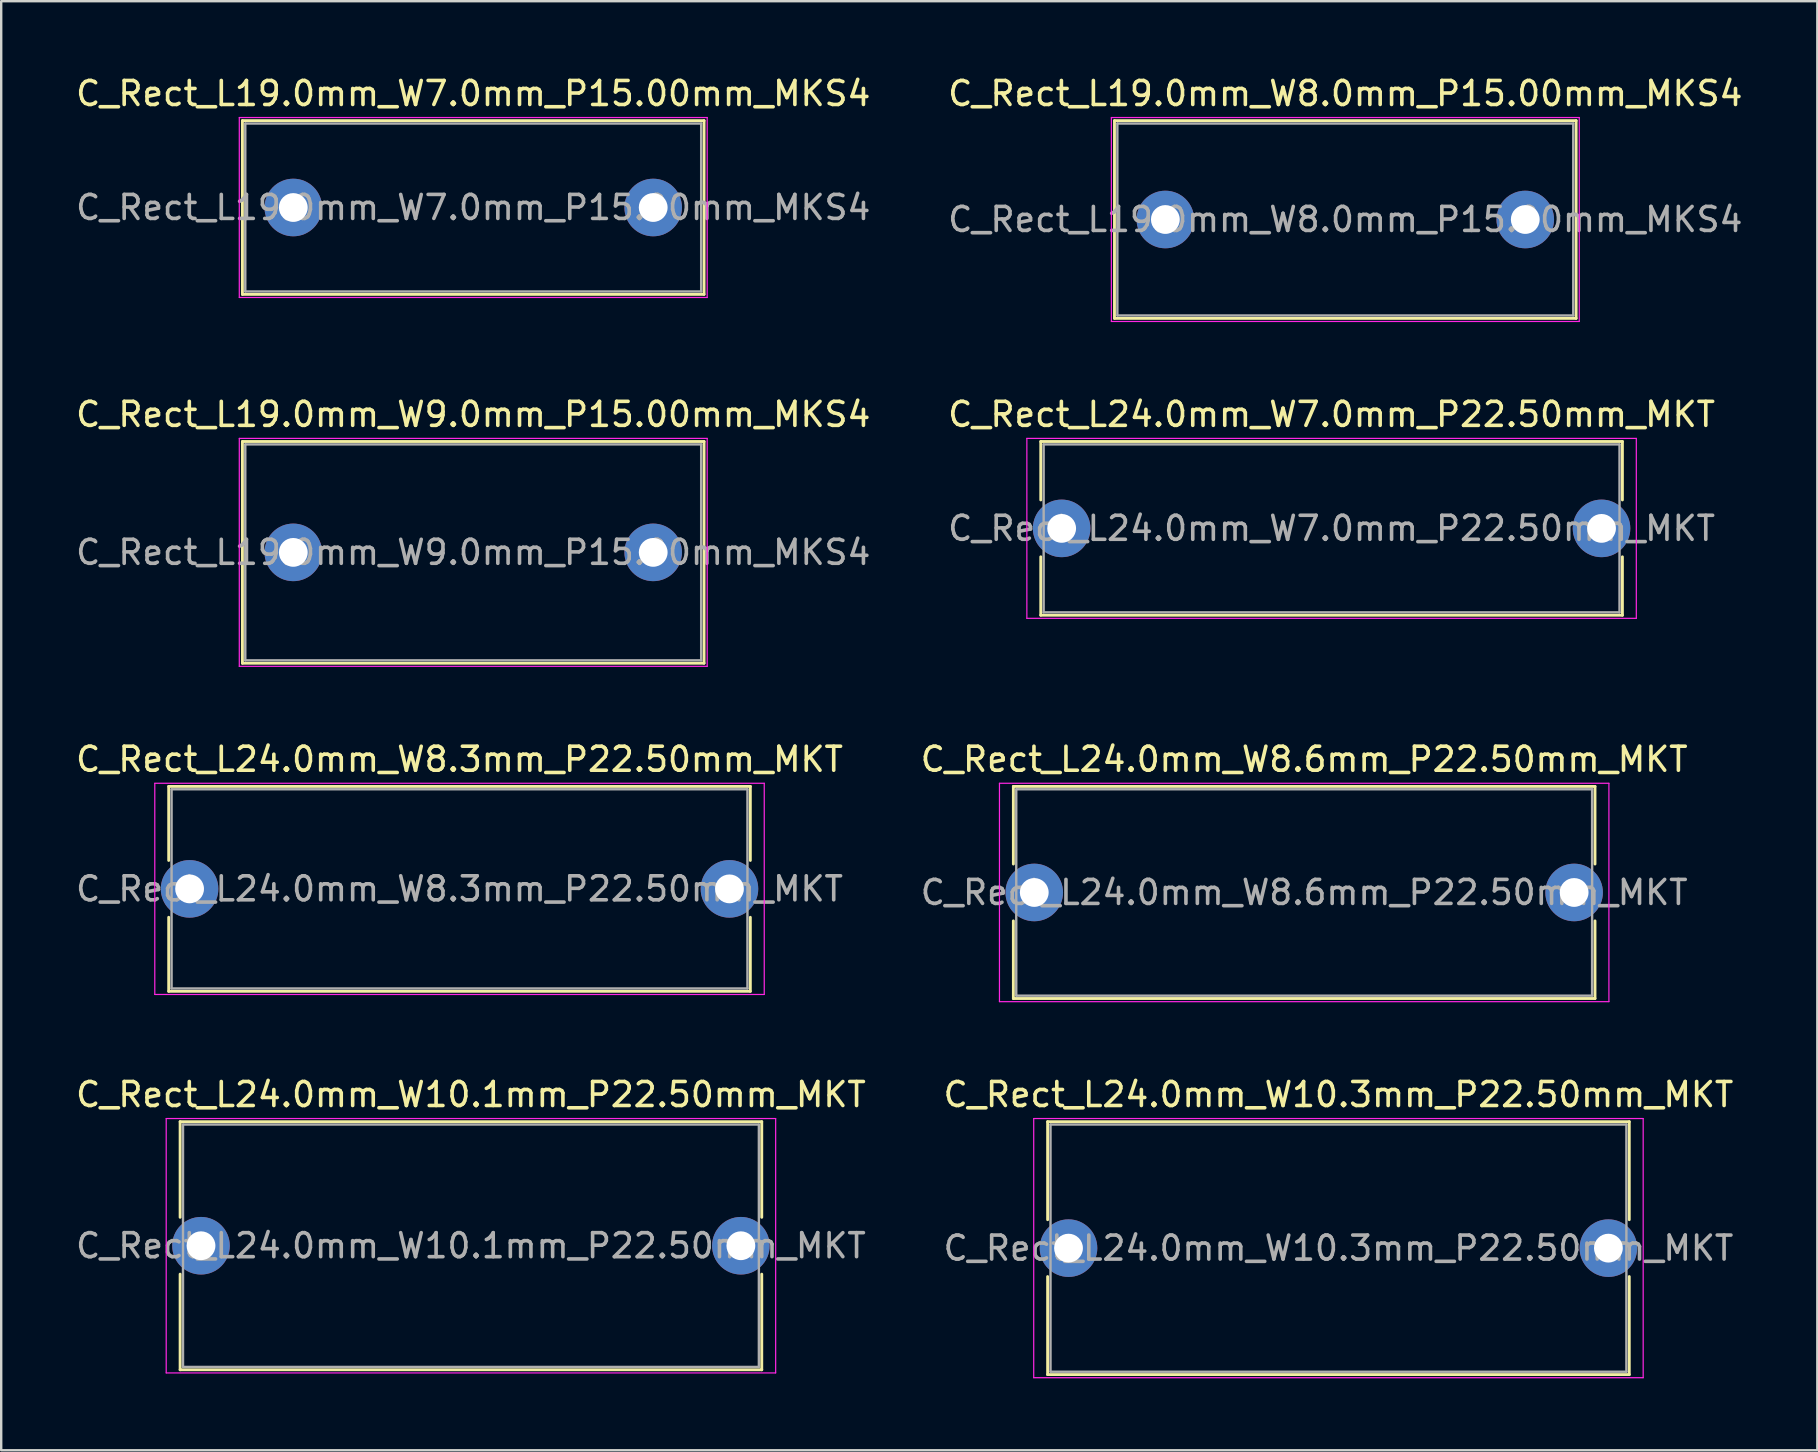
<source format=kicad_pcb>
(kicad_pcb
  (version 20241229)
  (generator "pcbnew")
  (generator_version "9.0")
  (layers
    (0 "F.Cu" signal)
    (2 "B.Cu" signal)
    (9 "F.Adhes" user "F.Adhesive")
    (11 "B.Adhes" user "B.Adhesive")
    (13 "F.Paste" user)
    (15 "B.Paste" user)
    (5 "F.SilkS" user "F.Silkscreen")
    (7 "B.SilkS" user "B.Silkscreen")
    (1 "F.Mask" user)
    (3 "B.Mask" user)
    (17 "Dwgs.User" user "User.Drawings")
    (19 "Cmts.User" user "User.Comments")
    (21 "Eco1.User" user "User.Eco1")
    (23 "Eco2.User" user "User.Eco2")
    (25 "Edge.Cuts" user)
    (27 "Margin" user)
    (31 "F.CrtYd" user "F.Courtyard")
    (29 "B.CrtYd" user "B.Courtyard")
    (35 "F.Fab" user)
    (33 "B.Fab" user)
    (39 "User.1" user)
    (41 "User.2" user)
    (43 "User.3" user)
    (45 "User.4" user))
  (footprint "C_Rect_L19.0mm_W8.0mm_P15.00mm_MKS4"
    (layer "F.Cu")
    (at 45.518 6.098)
    (property "Reference" "C_Rect_L19.0mm_W8.0mm_P15.00mm_MKS4" (at 7.5 -5.25 0) (layer "F.SilkS") (effects (font (size 1 1) (thickness 0.15))))
    (attr through_hole)
    (fp_line (start -2.12 -4.12) (end -2.12 4.12) (stroke (width 0.12) (type solid)) (layer "F.SilkS"))
    (fp_line (start -2.12 -4.12) (end 17.12 -4.12) (stroke (width 0.12) (type solid)) (layer "F.SilkS"))
    (fp_line (start -2.12 4.12) (end 17.12 4.12) (stroke (width 0.12) (type solid)) (layer "F.SilkS"))
    (fp_line (start 17.12 -4.12) (end 17.12 4.12) (stroke (width 0.12) (type solid)) (layer "F.SilkS"))
    (fp_line (start -2.25 -4.25) (end -2.25 4.25) (stroke (width 0.05) (type solid)) (layer "F.CrtYd"))
    (fp_line (start -2.25 4.25) (end 17.25 4.25) (stroke (width 0.05) (type solid)) (layer "F.CrtYd"))
    (fp_line (start 17.25 -4.25) (end -2.25 -4.25) (stroke (width 0.05) (type solid)) (layer "F.CrtYd"))
    (fp_line (start 17.25 4.25) (end 17.25 -4.25) (stroke (width 0.05) (type solid)) (layer "F.CrtYd"))
    (fp_line (start -2 -4) (end -2 4) (stroke (width 0.1) (type solid)) (layer "F.Fab"))
    (fp_line (start -2 4) (end 17 4) (stroke (width 0.1) (type solid)) (layer "F.Fab"))
    (fp_line (start 17 -4) (end -2 -4) (stroke (width 0.1) (type solid)) (layer "F.Fab"))
    (fp_line (start 17 4) (end 17 -4) (stroke (width 0.1) (type solid)) (layer "F.Fab"))
    (fp_text user "${REFERENCE}" (at 7.5 0 0) (layer "F.Fab") (effects (font (size 1 1) (thickness 0.15))))
    (pad "1" thru_hole circle (at 0 0) (size 2.4 2.4) (drill 1.2) (layers "*.Cu" "*.Mask"))
    (pad "2" thru_hole circle (at 15 0) (size 2.4 2.4) (drill 1.2) (layers "*.Cu" "*.Mask")))
  (footprint "C_Rect_L24.0mm_W8.6mm_P22.50mm_MKT"
    (layer "F.Cu")
    (at 40.054 34.145)
    (property "Reference" "C_Rect_L24.0mm_W8.6mm_P22.50mm_MKT" (at 11.25 -5.55 0) (layer "F.SilkS") (effects (font (size 1 1) (thickness 0.15))))
    (attr through_hole)
    (fp_line (start -0.87 -4.42) (end -0.87 -1.185) (stroke (width 0.12) (type solid)) (layer "F.SilkS"))
    (fp_line (start -0.87 -4.42) (end 23.37 -4.42) (stroke (width 0.12) (type solid)) (layer "F.SilkS"))
    (fp_line (start -0.87 1.185) (end -0.87 4.42) (stroke (width 0.12) (type solid)) (layer "F.SilkS"))
    (fp_line (start -0.87 4.42) (end 23.37 4.42) (stroke (width 0.12) (type solid)) (layer "F.SilkS"))
    (fp_line (start 23.37 -4.42) (end 23.37 -1.185) (stroke (width 0.12) (type solid)) (layer "F.SilkS"))
    (fp_line (start 23.37 1.185) (end 23.37 4.42) (stroke (width 0.12) (type solid)) (layer "F.SilkS"))
    (fp_line (start -1.45 -4.55) (end -1.45 4.55) (stroke (width 0.05) (type solid)) (layer "F.CrtYd"))
    (fp_line (start -1.45 4.55) (end 23.95 4.55) (stroke (width 0.05) (type solid)) (layer "F.CrtYd"))
    (fp_line (start 23.95 -4.55) (end -1.45 -4.55) (stroke (width 0.05) (type solid)) (layer "F.CrtYd"))
    (fp_line (start 23.95 4.55) (end 23.95 -4.55) (stroke (width 0.05) (type solid)) (layer "F.CrtYd"))
    (fp_line (start -0.75 -4.3) (end -0.75 4.3) (stroke (width 0.1) (type solid)) (layer "F.Fab"))
    (fp_line (start -0.75 4.3) (end 23.25 4.3) (stroke (width 0.1) (type solid)) (layer "F.Fab"))
    (fp_line (start 23.25 -4.3) (end -0.75 -4.3) (stroke (width 0.1) (type solid)) (layer "F.Fab"))
    (fp_line (start 23.25 4.3) (end 23.25 -4.3) (stroke (width 0.1) (type solid)) (layer "F.Fab"))
    (fp_text user "${REFERENCE}" (at 11.25 0 0) (layer "F.Fab") (effects (font (size 1 1) (thickness 0.15))))
    (pad "1" thru_hole circle (at 0 0) (size 2.4 2.4) (drill 1.2) (layers "*.Cu" "*.Mask"))
    (pad "2" thru_hole circle (at 22.5 0) (size 2.4 2.4) (drill 1.2) (layers "*.Cu" "*.Mask")))
  (footprint "C_Rect_L24.0mm_W7.0mm_P22.50mm_MKT"
    (layer "F.Cu")
    (at 41.196 18.971)
    (property "Reference" "C_Rect_L24.0mm_W7.0mm_P22.50mm_MKT" (at 11.25 -4.75 0) (layer "F.SilkS") (effects (font (size 1 1) (thickness 0.15))))
    (attr through_hole)
    (fp_line (start -0.87 -3.62) (end -0.87 -1.185) (stroke (width 0.12) (type solid)) (layer "F.SilkS"))
    (fp_line (start -0.87 -3.62) (end 23.37 -3.62) (stroke (width 0.12) (type solid)) (layer "F.SilkS"))
    (fp_line (start -0.87 1.185) (end -0.87 3.62) (stroke (width 0.12) (type solid)) (layer "F.SilkS"))
    (fp_line (start -0.87 3.62) (end 23.37 3.62) (stroke (width 0.12) (type solid)) (layer "F.SilkS"))
    (fp_line (start 23.37 -3.62) (end 23.37 -1.185) (stroke (width 0.12) (type solid)) (layer "F.SilkS"))
    (fp_line (start 23.37 1.185) (end 23.37 3.62) (stroke (width 0.12) (type solid)) (layer "F.SilkS"))
    (fp_line (start -1.45 -3.75) (end -1.45 3.75) (stroke (width 0.05) (type solid)) (layer "F.CrtYd"))
    (fp_line (start -1.45 3.75) (end 23.95 3.75) (stroke (width 0.05) (type solid)) (layer "F.CrtYd"))
    (fp_line (start 23.95 -3.75) (end -1.45 -3.75) (stroke (width 0.05) (type solid)) (layer "F.CrtYd"))
    (fp_line (start 23.95 3.75) (end 23.95 -3.75) (stroke (width 0.05) (type solid)) (layer "F.CrtYd"))
    (fp_line (start -0.75 -3.5) (end -0.75 3.5) (stroke (width 0.1) (type solid)) (layer "F.Fab"))
    (fp_line (start -0.75 3.5) (end 23.25 3.5) (stroke (width 0.1) (type solid)) (layer "F.Fab"))
    (fp_line (start 23.25 -3.5) (end -0.75 -3.5) (stroke (width 0.1) (type solid)) (layer "F.Fab"))
    (fp_line (start 23.25 3.5) (end 23.25 -3.5) (stroke (width 0.1) (type solid)) (layer "F.Fab"))
    (fp_text user "${REFERENCE}" (at 11.25 0 0) (layer "F.Fab") (effects (font (size 1 1) (thickness 0.15))))
    (pad "1" thru_hole circle (at 0 0) (size 2.4 2.4) (drill 1.2) (layers "*.Cu" "*.Mask"))
    (pad "2" thru_hole circle (at 22.5 0) (size 2.4 2.4) (drill 1.2) (layers "*.Cu" "*.Mask")))
  (footprint "C_Rect_L19.0mm_W9.0mm_P15.00mm_MKS4"
    (layer "F.Cu")
    (at 9.173 19.971)
    (property "Reference" "C_Rect_L19.0mm_W9.0mm_P15.00mm_MKS4" (at 7.5 -5.75 0) (layer "F.SilkS") (effects (font (size 1 1) (thickness 0.15))))
    (attr through_hole)
    (fp_line (start -2.12 -4.62) (end -2.12 4.62) (stroke (width 0.12) (type solid)) (layer "F.SilkS"))
    (fp_line (start -2.12 -4.62) (end 17.12 -4.62) (stroke (width 0.12) (type solid)) (layer "F.SilkS"))
    (fp_line (start -2.12 4.62) (end 17.12 4.62) (stroke (width 0.12) (type solid)) (layer "F.SilkS"))
    (fp_line (start 17.12 -4.62) (end 17.12 4.62) (stroke (width 0.12) (type solid)) (layer "F.SilkS"))
    (fp_line (start -2.25 -4.75) (end -2.25 4.75) (stroke (width 0.05) (type solid)) (layer "F.CrtYd"))
    (fp_line (start -2.25 4.75) (end 17.25 4.75) (stroke (width 0.05) (type solid)) (layer "F.CrtYd"))
    (fp_line (start 17.25 -4.75) (end -2.25 -4.75) (stroke (width 0.05) (type solid)) (layer "F.CrtYd"))
    (fp_line (start 17.25 4.75) (end 17.25 -4.75) (stroke (width 0.05) (type solid)) (layer "F.CrtYd"))
    (fp_line (start -2 -4.5) (end -2 4.5) (stroke (width 0.1) (type solid)) (layer "F.Fab"))
    (fp_line (start -2 4.5) (end 17 4.5) (stroke (width 0.1) (type solid)) (layer "F.Fab"))
    (fp_line (start 17 -4.5) (end -2 -4.5) (stroke (width 0.1) (type solid)) (layer "F.Fab"))
    (fp_line (start 17 4.5) (end 17 -4.5) (stroke (width 0.1) (type solid)) (layer "F.Fab"))
    (fp_text user "${REFERENCE}" (at 7.5 0 0) (layer "F.Fab") (effects (font (size 1 1) (thickness 0.15))))
    (pad "1" thru_hole circle (at 0 0) (size 2.4 2.4) (drill 1.2) (layers "*.Cu" "*.Mask"))
    (pad "2" thru_hole circle (at 15 0) (size 2.4 2.4) (drill 1.2) (layers "*.Cu" "*.Mask")))
  (footprint "C_Rect_L19.0mm_W7.0mm_P15.00mm_MKS4"
    (layer "F.Cu")
    (at 9.173 5.598)
    (property "Reference" "C_Rect_L19.0mm_W7.0mm_P15.00mm_MKS4" (at 7.5 -4.75 0) (layer "F.SilkS") (effects (font (size 1 1) (thickness 0.15))))
    (attr through_hole)
    (fp_line (start -2.12 -3.62) (end -2.12 3.62) (stroke (width 0.12) (type solid)) (layer "F.SilkS"))
    (fp_line (start -2.12 -3.62) (end 17.12 -3.62) (stroke (width 0.12) (type solid)) (layer "F.SilkS"))
    (fp_line (start -2.12 3.62) (end 17.12 3.62) (stroke (width 0.12) (type solid)) (layer "F.SilkS"))
    (fp_line (start 17.12 -3.62) (end 17.12 3.62) (stroke (width 0.12) (type solid)) (layer "F.SilkS"))
    (fp_line (start -2.25 -3.75) (end -2.25 3.75) (stroke (width 0.05) (type solid)) (layer "F.CrtYd"))
    (fp_line (start -2.25 3.75) (end 17.25 3.75) (stroke (width 0.05) (type solid)) (layer "F.CrtYd"))
    (fp_line (start 17.25 -3.75) (end -2.25 -3.75) (stroke (width 0.05) (type solid)) (layer "F.CrtYd"))
    (fp_line (start 17.25 3.75) (end 17.25 -3.75) (stroke (width 0.05) (type solid)) (layer "F.CrtYd"))
    (fp_line (start -2 -3.5) (end -2 3.5) (stroke (width 0.1) (type solid)) (layer "F.Fab"))
    (fp_line (start -2 3.5) (end 17 3.5) (stroke (width 0.1) (type solid)) (layer "F.Fab"))
    (fp_line (start 17 -3.5) (end -2 -3.5) (stroke (width 0.1) (type solid)) (layer "F.Fab"))
    (fp_line (start 17 3.5) (end 17 -3.5) (stroke (width 0.1) (type solid)) (layer "F.Fab"))
    (fp_text user "${REFERENCE}" (at 7.5 0 0) (layer "F.Fab") (effects (font (size 1 1) (thickness 0.15))))
    (pad "1" thru_hole circle (at 0 0) (size 2.4 2.4) (drill 1.2) (layers "*.Cu" "*.Mask"))
    (pad "2" thru_hole circle (at 15 0) (size 2.4 2.4) (drill 1.2) (layers "*.Cu" "*.Mask")))
  (footprint "C_Rect_L24.0mm_W8.3mm_P22.50mm_MKT"
    (layer "F.Cu")
    (at 4.851 33.995)
    (property "Reference" "C_Rect_L24.0mm_W8.3mm_P22.50mm_MKT" (at 11.25 -5.4 0) (layer "F.SilkS") (effects (font (size 1 1) (thickness 0.15))))
    (attr through_hole)
    (fp_line (start -0.87 -4.27) (end -0.87 -1.185) (stroke (width 0.12) (type solid)) (layer "F.SilkS"))
    (fp_line (start -0.87 -4.27) (end 23.37 -4.27) (stroke (width 0.12) (type solid)) (layer "F.SilkS"))
    (fp_line (start -0.87 1.185) (end -0.87 4.27) (stroke (width 0.12) (type solid)) (layer "F.SilkS"))
    (fp_line (start -0.87 4.27) (end 23.37 4.27) (stroke (width 0.12) (type solid)) (layer "F.SilkS"))
    (fp_line (start 23.37 -4.27) (end 23.37 -1.185) (stroke (width 0.12) (type solid)) (layer "F.SilkS"))
    (fp_line (start 23.37 1.185) (end 23.37 4.27) (stroke (width 0.12) (type solid)) (layer "F.SilkS"))
    (fp_line (start -1.45 -4.4) (end -1.45 4.4) (stroke (width 0.05) (type solid)) (layer "F.CrtYd"))
    (fp_line (start -1.45 4.4) (end 23.95 4.4) (stroke (width 0.05) (type solid)) (layer "F.CrtYd"))
    (fp_line (start 23.95 -4.4) (end -1.45 -4.4) (stroke (width 0.05) (type solid)) (layer "F.CrtYd"))
    (fp_line (start 23.95 4.4) (end 23.95 -4.4) (stroke (width 0.05) (type solid)) (layer "F.CrtYd"))
    (fp_line (start -0.75 -4.15) (end -0.75 4.15) (stroke (width 0.1) (type solid)) (layer "F.Fab"))
    (fp_line (start -0.75 4.15) (end 23.25 4.15) (stroke (width 0.1) (type solid)) (layer "F.Fab"))
    (fp_line (start 23.25 -4.15) (end -0.75 -4.15) (stroke (width 0.1) (type solid)) (layer "F.Fab"))
    (fp_line (start 23.25 4.15) (end 23.25 -4.15) (stroke (width 0.1) (type solid)) (layer "F.Fab"))
    (fp_text user "${REFERENCE}" (at 11.25 0 0) (layer "F.Fab") (effects (font (size 1 1) (thickness 0.15))))
    (pad "1" thru_hole circle (at 0 0) (size 2.4 2.4) (drill 1.2) (layers "*.Cu" "*.Mask"))
    (pad "2" thru_hole circle (at 22.5 0) (size 2.4 2.4) (drill 1.2) (layers "*.Cu" "*.Mask")))
  (footprint "C_Rect_L24.0mm_W10.1mm_P22.50mm_MKT"
    (layer "F.Cu")
    (at 5.327 48.868)
    (property "Reference" "C_Rect_L24.0mm_W10.1mm_P22.50mm_MKT" (at 11.25 -6.3 0) (layer "F.SilkS") (effects (font (size 1 1) (thickness 0.15))))
    (attr through_hole)
    (fp_line (start -0.87 -5.17) (end -0.87 -1.185) (stroke (width 0.12) (type solid)) (layer "F.SilkS"))
    (fp_line (start -0.87 -5.17) (end 23.37 -5.17) (stroke (width 0.12) (type solid)) (layer "F.SilkS"))
    (fp_line (start -0.87 1.185) (end -0.87 5.17) (stroke (width 0.12) (type solid)) (layer "F.SilkS"))
    (fp_line (start -0.87 5.17) (end 23.37 5.17) (stroke (width 0.12) (type solid)) (layer "F.SilkS"))
    (fp_line (start 23.37 -5.17) (end 23.37 -1.185) (stroke (width 0.12) (type solid)) (layer "F.SilkS"))
    (fp_line (start 23.37 1.185) (end 23.37 5.17) (stroke (width 0.12) (type solid)) (layer "F.SilkS"))
    (fp_line (start -1.45 -5.3) (end -1.45 5.3) (stroke (width 0.05) (type solid)) (layer "F.CrtYd"))
    (fp_line (start -1.45 5.3) (end 23.95 5.3) (stroke (width 0.05) (type solid)) (layer "F.CrtYd"))
    (fp_line (start 23.95 -5.3) (end -1.45 -5.3) (stroke (width 0.05) (type solid)) (layer "F.CrtYd"))
    (fp_line (start 23.95 5.3) (end 23.95 -5.3) (stroke (width 0.05) (type solid)) (layer "F.CrtYd"))
    (fp_line (start -0.75 -5.05) (end -0.75 5.05) (stroke (width 0.1) (type solid)) (layer "F.Fab"))
    (fp_line (start -0.75 5.05) (end 23.25 5.05) (stroke (width 0.1) (type solid)) (layer "F.Fab"))
    (fp_line (start 23.25 -5.05) (end -0.75 -5.05) (stroke (width 0.1) (type solid)) (layer "F.Fab"))
    (fp_line (start 23.25 5.05) (end 23.25 -5.05) (stroke (width 0.1) (type solid)) (layer "F.Fab"))
    (fp_text user "${REFERENCE}" (at 11.25 0 0) (layer "F.Fab") (effects (font (size 1 1) (thickness 0.15))))
    (pad "1" thru_hole circle (at 0 0) (size 2.4 2.4) (drill 1.2) (layers "*.Cu" "*.Mask"))
    (pad "2" thru_hole circle (at 22.5 0) (size 2.4 2.4) (drill 1.2) (layers "*.Cu" "*.Mask")))
  (footprint "C_Rect_L24.0mm_W10.3mm_P22.50mm_MKT"
    (layer "F.Cu")
    (at 41.482 48.968)
    (property "Reference" "C_Rect_L24.0mm_W10.3mm_P22.50mm_MKT" (at 11.25 -6.4 0) (layer "F.SilkS") (effects (font (size 1 1) (thickness 0.15))))
    (attr through_hole)
    (fp_line (start -0.87 -5.27) (end -0.87 -1.185) (stroke (width 0.12) (type solid)) (layer "F.SilkS"))
    (fp_line (start -0.87 -5.27) (end 23.37 -5.27) (stroke (width 0.12) (type solid)) (layer "F.SilkS"))
    (fp_line (start -0.87 1.185) (end -0.87 5.27) (stroke (width 0.12) (type solid)) (layer "F.SilkS"))
    (fp_line (start -0.87 5.27) (end 23.37 5.27) (stroke (width 0.12) (type solid)) (layer "F.SilkS"))
    (fp_line (start 23.37 -5.27) (end 23.37 -1.185) (stroke (width 0.12) (type solid)) (layer "F.SilkS"))
    (fp_line (start 23.37 1.185) (end 23.37 5.27) (stroke (width 0.12) (type solid)) (layer "F.SilkS"))
    (fp_line (start -1.45 -5.4) (end -1.45 5.4) (stroke (width 0.05) (type solid)) (layer "F.CrtYd"))
    (fp_line (start -1.45 5.4) (end 23.95 5.4) (stroke (width 0.05) (type solid)) (layer "F.CrtYd"))
    (fp_line (start 23.95 -5.4) (end -1.45 -5.4) (stroke (width 0.05) (type solid)) (layer "F.CrtYd"))
    (fp_line (start 23.95 5.4) (end 23.95 -5.4) (stroke (width 0.05) (type solid)) (layer "F.CrtYd"))
    (fp_line (start -0.75 -5.15) (end -0.75 5.15) (stroke (width 0.1) (type solid)) (layer "F.Fab"))
    (fp_line (start -0.75 5.15) (end 23.25 5.15) (stroke (width 0.1) (type solid)) (layer "F.Fab"))
    (fp_line (start 23.25 -5.15) (end -0.75 -5.15) (stroke (width 0.1) (type solid)) (layer "F.Fab"))
    (fp_line (start 23.25 5.15) (end 23.25 -5.15) (stroke (width 0.1) (type solid)) (layer "F.Fab"))
    (fp_text user "${REFERENCE}" (at 11.25 0 0) (layer "F.Fab") (effects (font (size 1 1) (thickness 0.15))))
    (pad "1" thru_hole circle (at 0 0) (size 2.4 2.4) (drill 1.2) (layers "*.Cu" "*.Mask"))
    (pad "2" thru_hole circle (at 22.5 0) (size 2.4 2.4) (drill 1.2) (layers "*.Cu" "*.Mask")))
  (gr_rect
    (start -3 -3)
    (end 72.69 57.393)
    (stroke (width 0.1) (type default))
    (fill no)
    (layer "Edge.Cuts")))
</source>
